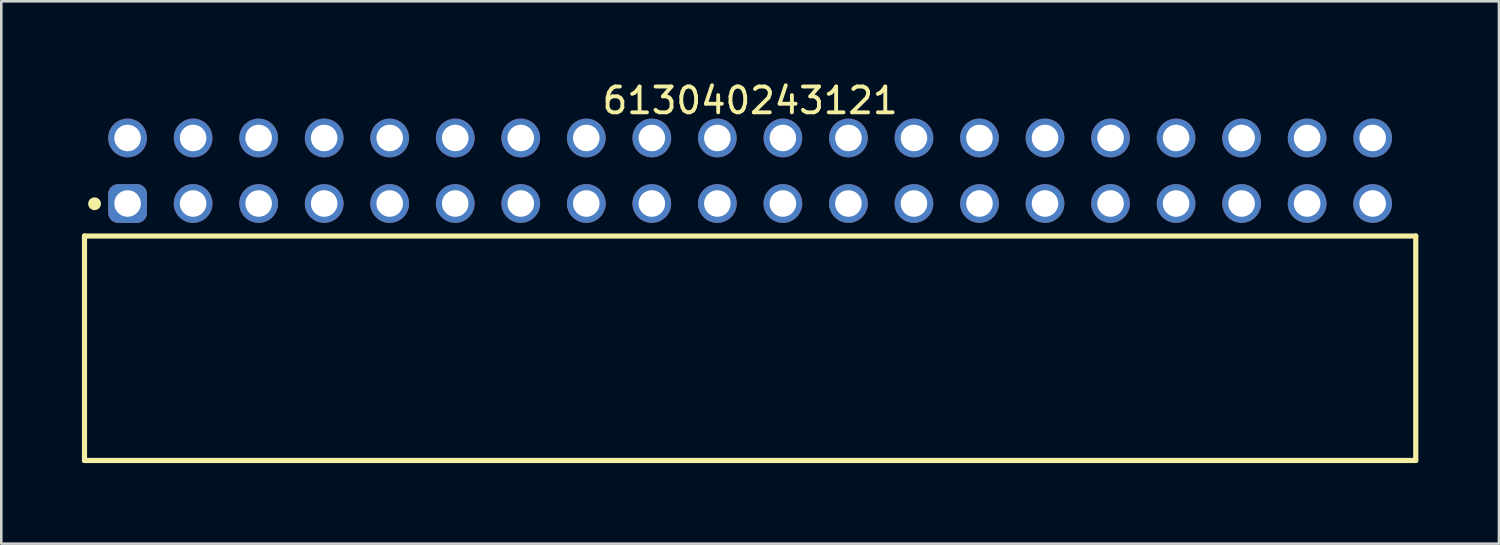
<source format=kicad_pcb>
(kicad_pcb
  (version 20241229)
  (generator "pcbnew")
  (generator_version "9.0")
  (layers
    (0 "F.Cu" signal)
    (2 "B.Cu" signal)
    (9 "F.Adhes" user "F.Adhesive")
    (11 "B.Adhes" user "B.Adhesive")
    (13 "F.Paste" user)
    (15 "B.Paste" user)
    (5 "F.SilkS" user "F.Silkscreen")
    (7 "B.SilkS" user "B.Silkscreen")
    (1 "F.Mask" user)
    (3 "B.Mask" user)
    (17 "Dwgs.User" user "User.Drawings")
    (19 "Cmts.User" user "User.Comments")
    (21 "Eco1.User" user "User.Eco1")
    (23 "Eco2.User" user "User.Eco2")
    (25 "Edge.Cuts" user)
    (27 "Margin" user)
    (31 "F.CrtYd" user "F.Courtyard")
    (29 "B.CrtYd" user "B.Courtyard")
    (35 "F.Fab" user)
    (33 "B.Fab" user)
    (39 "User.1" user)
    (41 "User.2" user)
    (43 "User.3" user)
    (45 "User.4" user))
  (footprint "613040243121"
    (layer "F.Cu")
    (at 26.025 10.448)
    (property "Reference" "613040243121" (at 0 -9.6 0) (layer "F.SilkS") (effects (font (size 1 1) (thickness 0.15))))
    (fp_line (start -25.8 -4.35) (end 25.8 -4.35) (stroke (width 0.2) (type solid)) (layer "F.SilkS"))
    (fp_line (start -25.8 4.35) (end -25.8 -4.35) (stroke (width 0.2) (type solid)) (layer "F.SilkS"))
    (fp_line (start -25.8 4.35) (end 25.8 4.35) (stroke (width 0.2) (type solid)) (layer "F.SilkS"))
    (fp_line (start 25.8 4.35) (end 25.8 -4.35) (stroke (width 0.2) (type solid)) (layer "F.SilkS"))
    (fp_circle (center -25.41 -5.6) (end -25.41 -5.725) (stroke (width 0.25) (type solid)) (fill no) (layer "F.SilkS"))
    (fp_line (start -26 -9.1) (end 26 -9.1) (stroke (width 0.05) (type solid)) (layer "Eco2.User"))
    (fp_line (start -26 4.55) (end -26 -9.1) (stroke (width 0.05) (type solid)) (layer "Eco2.User"))
    (fp_line (start -26 4.55) (end 26 4.55) (stroke (width 0.05) (type solid)) (layer "Eco2.User"))
    (fp_line (start -25.65 -4.25) (end 25.65 -4.25) (stroke (width 0.1) (type solid)) (layer "Eco2.User"))
    (fp_line (start -25.65 4.25) (end -25.65 -4.25) (stroke (width 0.1) (type solid)) (layer "Eco2.User"))
    (fp_line (start -25.65 4.25) (end 25.65 4.25) (stroke (width 0.1) (type solid)) (layer "Eco2.User"))
    (fp_line (start -24.5 -8.35) (end -23.76 -8.35) (stroke (width 0.1) (type solid)) (layer "Eco2.User"))
    (fp_line (start -24.5 -5.81) (end -23.76 -5.81) (stroke (width 0.1) (type solid)) (layer "Eco2.User"))
    (fp_line (start -24.5 -4.25) (end -24.5 -8.35) (stroke (width 0.1) (type solid)) (layer "Eco2.User"))
    (fp_line (start -23.76 -4.25) (end -23.76 -8.35) (stroke (width 0.1) (type solid)) (layer "Eco2.User"))
    (fp_line (start -21.96 -8.35) (end -21.22 -8.35) (stroke (width 0.1) (type solid)) (layer "Eco2.User"))
    (fp_line (start -21.96 -5.81) (end -21.22 -5.81) (stroke (width 0.1) (type solid)) (layer "Eco2.User"))
    (fp_line (start -21.96 -4.25) (end -21.96 -8.35) (stroke (width 0.1) (type solid)) (layer "Eco2.User"))
    (fp_line (start -21.22 -4.25) (end -21.22 -8.35) (stroke (width 0.1) (type solid)) (layer "Eco2.User"))
    (fp_line (start -19.42 -8.35) (end -18.68 -8.35) (stroke (width 0.1) (type solid)) (layer "Eco2.User"))
    (fp_line (start -19.42 -5.81) (end -18.68 -5.81) (stroke (width 0.1) (type solid)) (layer "Eco2.User"))
    (fp_line (start -19.42 -4.25) (end -19.42 -8.35) (stroke (width 0.1) (type solid)) (layer "Eco2.User"))
    (fp_line (start -18.68 -4.25) (end -18.68 -8.35) (stroke (width 0.1) (type solid)) (layer "Eco2.User"))
    (fp_line (start -16.88 -8.35) (end -16.14 -8.35) (stroke (width 0.1) (type solid)) (layer "Eco2.User"))
    (fp_line (start -16.88 -5.81) (end -16.14 -5.81) (stroke (width 0.1) (type solid)) (layer "Eco2.User"))
    (fp_line (start -16.88 -4.25) (end -16.88 -8.35) (stroke (width 0.1) (type solid)) (layer "Eco2.User"))
    (fp_line (start -16.14 -4.25) (end -16.14 -8.35) (stroke (width 0.1) (type solid)) (layer "Eco2.User"))
    (fp_line (start -14.34 -8.35) (end -13.6 -8.35) (stroke (width 0.1) (type solid)) (layer "Eco2.User"))
    (fp_line (start -14.34 -5.81) (end -13.6 -5.81) (stroke (width 0.1) (type solid)) (layer "Eco2.User"))
    (fp_line (start -14.34 -4.25) (end -14.34 -8.35) (stroke (width 0.1) (type solid)) (layer "Eco2.User"))
    (fp_line (start -13.6 -4.25) (end -13.6 -8.35) (stroke (width 0.1) (type solid)) (layer "Eco2.User"))
    (fp_line (start -11.8 -8.35) (end -11.06 -8.35) (stroke (width 0.1) (type solid)) (layer "Eco2.User"))
    (fp_line (start -11.8 -5.81) (end -11.06 -5.81) (stroke (width 0.1) (type solid)) (layer "Eco2.User"))
    (fp_line (start -11.8 -4.25) (end -11.8 -8.35) (stroke (width 0.1) (type solid)) (layer "Eco2.User"))
    (fp_line (start -11.06 -4.25) (end -11.06 -8.35) (stroke (width 0.1) (type solid)) (layer "Eco2.User"))
    (fp_line (start -9.26 -8.35) (end -8.52 -8.35) (stroke (width 0.1) (type solid)) (layer "Eco2.User"))
    (fp_line (start -9.26 -5.81) (end -8.52 -5.81) (stroke (width 0.1) (type solid)) (layer "Eco2.User"))
    (fp_line (start -9.26 -4.25) (end -9.26 -8.35) (stroke (width 0.1) (type solid)) (layer "Eco2.User"))
    (fp_line (start -8.52 -4.25) (end -8.52 -8.35) (stroke (width 0.1) (type solid)) (layer "Eco2.User"))
    (fp_line (start -6.72 -8.35) (end -5.98 -8.35) (stroke (width 0.1) (type solid)) (layer "Eco2.User"))
    (fp_line (start -6.72 -5.81) (end -5.98 -5.81) (stroke (width 0.1) (type solid)) (layer "Eco2.User"))
    (fp_line (start -6.72 -4.25) (end -6.72 -8.35) (stroke (width 0.1) (type solid)) (layer "Eco2.User"))
    (fp_line (start -5.98 -4.25) (end -5.98 -8.35) (stroke (width 0.1) (type solid)) (layer "Eco2.User"))
    (fp_line (start -4.18 -8.35) (end -3.44 -8.35) (stroke (width 0.1) (type solid)) (layer "Eco2.User"))
    (fp_line (start -4.18 -5.81) (end -3.44 -5.81) (stroke (width 0.1) (type solid)) (layer "Eco2.User"))
    (fp_line (start -4.18 -4.25) (end -4.18 -8.35) (stroke (width 0.1) (type solid)) (layer "Eco2.User"))
    (fp_line (start -3.44 -4.25) (end -3.44 -8.35) (stroke (width 0.1) (type solid)) (layer "Eco2.User"))
    (fp_line (start -1.64 -8.35) (end -0.9 -8.35) (stroke (width 0.1) (type solid)) (layer "Eco2.User"))
    (fp_line (start -1.64 -5.81) (end -0.9 -5.81) (stroke (width 0.1) (type solid)) (layer "Eco2.User"))
    (fp_line (start -1.64 -4.25) (end -1.64 -8.35) (stroke (width 0.1) (type solid)) (layer "Eco2.User"))
    (fp_line (start -0.9 -4.25) (end -0.9 -8.35) (stroke (width 0.1) (type solid)) (layer "Eco2.User"))
    (fp_line (start -0.5 0) (end 0.5 0) (stroke (width 0.05) (type solid)) (layer "Eco2.User"))
    (fp_line (start 0 0.5) (end 0 -0.5) (stroke (width 0.05) (type solid)) (layer "Eco2.User"))
    (fp_line (start 0.9 -8.35) (end 1.64 -8.35) (stroke (width 0.1) (type solid)) (layer "Eco2.User"))
    (fp_line (start 0.9 -5.81) (end 1.64 -5.81) (stroke (width 0.1) (type solid)) (layer "Eco2.User"))
    (fp_line (start 0.9 -4.25) (end 0.9 -8.35) (stroke (width 0.1) (type solid)) (layer "Eco2.User"))
    (fp_line (start 1.64 -4.25) (end 1.64 -8.35) (stroke (width 0.1) (type solid)) (layer "Eco2.User"))
    (fp_line (start 3.44 -8.35) (end 4.18 -8.35) (stroke (width 0.1) (type solid)) (layer "Eco2.User"))
    (fp_line (start 3.44 -5.81) (end 4.18 -5.81) (stroke (width 0.1) (type solid)) (layer "Eco2.User"))
    (fp_line (start 3.44 -4.25) (end 3.44 -8.35) (stroke (width 0.1) (type solid)) (layer "Eco2.User"))
    (fp_line (start 4.18 -4.25) (end 4.18 -8.35) (stroke (width 0.1) (type solid)) (layer "Eco2.User"))
    (fp_line (start 5.98 -8.35) (end 6.72 -8.35) (stroke (width 0.1) (type solid)) (layer "Eco2.User"))
    (fp_line (start 5.98 -5.81) (end 6.72 -5.81) (stroke (width 0.1) (type solid)) (layer "Eco2.User"))
    (fp_line (start 5.98 -4.25) (end 5.98 -8.35) (stroke (width 0.1) (type solid)) (layer "Eco2.User"))
    (fp_line (start 6.72 -4.25) (end 6.72 -8.35) (stroke (width 0.1) (type solid)) (layer "Eco2.User"))
    (fp_line (start 8.52 -8.35) (end 9.26 -8.35) (stroke (width 0.1) (type solid)) (layer "Eco2.User"))
    (fp_line (start 8.52 -5.81) (end 9.26 -5.81) (stroke (width 0.1) (type solid)) (layer "Eco2.User"))
    (fp_line (start 8.52 -4.25) (end 8.52 -8.35) (stroke (width 0.1) (type solid)) (layer "Eco2.User"))
    (fp_line (start 9.26 -4.25) (end 9.26 -8.35) (stroke (width 0.1) (type solid)) (layer "Eco2.User"))
    (fp_line (start 11.06 -8.35) (end 11.8 -8.35) (stroke (width 0.1) (type solid)) (layer "Eco2.User"))
    (fp_line (start 11.06 -5.81) (end 11.8 -5.81) (stroke (width 0.1) (type solid)) (layer "Eco2.User"))
    (fp_line (start 11.06 -4.25) (end 11.06 -8.35) (stroke (width 0.1) (type solid)) (layer "Eco2.User"))
    (fp_line (start 11.8 -4.25) (end 11.8 -8.35) (stroke (width 0.1) (type solid)) (layer "Eco2.User"))
    (fp_line (start 13.6 -8.35) (end 14.34 -8.35) (stroke (width 0.1) (type solid)) (layer "Eco2.User"))
    (fp_line (start 13.6 -5.81) (end 14.34 -5.81) (stroke (width 0.1) (type solid)) (layer "Eco2.User"))
    (fp_line (start 13.6 -4.25) (end 13.6 -8.35) (stroke (width 0.1) (type solid)) (layer "Eco2.User"))
    (fp_line (start 14.34 -4.25) (end 14.34 -8.35) (stroke (width 0.1) (type solid)) (layer "Eco2.User"))
    (fp_line (start 16.14 -8.35) (end 16.88 -8.35) (stroke (width 0.1) (type solid)) (layer "Eco2.User"))
    (fp_line (start 16.14 -5.81) (end 16.88 -5.81) (stroke (width 0.1) (type solid)) (layer "Eco2.User"))
    (fp_line (start 16.14 -4.25) (end 16.14 -8.35) (stroke (width 0.1) (type solid)) (layer "Eco2.User"))
    (fp_line (start 16.88 -4.25) (end 16.88 -8.35) (stroke (width 0.1) (type solid)) (layer "Eco2.User"))
    (fp_line (start 18.68 -8.35) (end 19.42 -8.35) (stroke (width 0.1) (type solid)) (layer "Eco2.User"))
    (fp_line (start 18.68 -5.81) (end 19.42 -5.81) (stroke (width 0.1) (type solid)) (layer "Eco2.User"))
    (fp_line (start 18.68 -4.25) (end 18.68 -8.35) (stroke (width 0.1) (type solid)) (layer "Eco2.User"))
    (fp_line (start 19.42 -4.25) (end 19.42 -8.35) (stroke (width 0.1) (type solid)) (layer "Eco2.User"))
    (fp_line (start 21.22 -8.35) (end 21.96 -8.35) (stroke (width 0.1) (type solid)) (layer "Eco2.User"))
    (fp_line (start 21.22 -5.81) (end 21.96 -5.81) (stroke (width 0.1) (type solid)) (layer "Eco2.User"))
    (fp_line (start 21.22 -4.25) (end 21.22 -8.35) (stroke (width 0.1) (type solid)) (layer "Eco2.User"))
    (fp_line (start 21.96 -4.25) (end 21.96 -8.35) (stroke (width 0.1) (type solid)) (layer "Eco2.User"))
    (fp_line (start 23.76 -8.35) (end 24.5 -8.35) (stroke (width 0.1) (type solid)) (layer "Eco2.User"))
    (fp_line (start 23.76 -5.81) (end 24.5 -5.81) (stroke (width 0.1) (type solid)) (layer "Eco2.User"))
    (fp_line (start 23.76 -4.25) (end 23.76 -8.35) (stroke (width 0.1) (type solid)) (layer "Eco2.User"))
    (fp_line (start 24.5 -4.25) (end 24.5 -8.35) (stroke (width 0.1) (type solid)) (layer "Eco2.User"))
    (fp_line (start 25.65 4.25) (end 25.65 -4.25) (stroke (width 0.1) (type solid)) (layer "Eco2.User"))
    (fp_line (start 26 4.55) (end 26 -9.1) (stroke (width 0.05) (type solid)) (layer "Eco2.User"))
    (fp_text user "${REFERENCE}" (at 0.15 -0.197 0) (unlocked yes) (layer "User.3") (effects (font (size 1.5 1.5) (thickness 0.15))))
    (pad "1" thru_hole roundrect (at -24.13 -5.61) (size 1.5 1.5) (drill 1.03) (layers "*.Cu" "*.Mask") (roundrect_rratio 0.25))
    (pad "2" thru_hole circle (at -24.13 -8.15) (size 1.5 1.5) (drill 1.03) (layers "*.Cu" "*.Mask"))
    (pad "3" thru_hole circle (at -21.59 -5.61) (size 1.5 1.5) (drill 1.03) (layers "*.Cu" "*.Mask"))
    (pad "4" thru_hole circle (at -21.59 -8.15) (size 1.5 1.5) (drill 1.03) (layers "*.Cu" "*.Mask"))
    (pad "5" thru_hole circle (at -19.05 -5.61) (size 1.5 1.5) (drill 1.03) (layers "*.Cu" "*.Mask"))
    (pad "6" thru_hole circle (at -19.05 -8.15) (size 1.5 1.5) (drill 1.03) (layers "*.Cu" "*.Mask"))
    (pad "7" thru_hole circle (at -16.51 -5.61) (size 1.5 1.5) (drill 1.03) (layers "*.Cu" "*.Mask"))
    (pad "8" thru_hole circle (at -16.51 -8.15) (size 1.5 1.5) (drill 1.03) (layers "*.Cu" "*.Mask"))
    (pad "9" thru_hole circle (at -13.97 -5.61) (size 1.5 1.5) (drill 1.03) (layers "*.Cu" "*.Mask"))
    (pad "10" thru_hole circle (at -13.97 -8.15) (size 1.5 1.5) (drill 1.03) (layers "*.Cu" "*.Mask"))
    (pad "11" thru_hole circle (at -11.43 -5.61) (size 1.5 1.5) (drill 1.03) (layers "*.Cu" "*.Mask"))
    (pad "12" thru_hole circle (at -11.43 -8.15) (size 1.5 1.5) (drill 1.03) (layers "*.Cu" "*.Mask"))
    (pad "13" thru_hole circle (at -8.89 -5.61) (size 1.5 1.5) (drill 1.03) (layers "*.Cu" "*.Mask"))
    (pad "14" thru_hole circle (at -8.89 -8.15) (size 1.5 1.5) (drill 1.03) (layers "*.Cu" "*.Mask"))
    (pad "15" thru_hole circle (at -6.35 -5.61) (size 1.5 1.5) (drill 1.03) (layers "*.Cu" "*.Mask"))
    (pad "16" thru_hole circle (at -6.35 -8.15) (size 1.5 1.5) (drill 1.03) (layers "*.Cu" "*.Mask"))
    (pad "17" thru_hole circle (at -3.81 -5.61) (size 1.5 1.5) (drill 1.03) (layers "*.Cu" "*.Mask"))
    (pad "18" thru_hole circle (at -3.81 -8.15) (size 1.5 1.5) (drill 1.03) (layers "*.Cu" "*.Mask"))
    (pad "19" thru_hole circle (at -1.27 -5.61) (size 1.5 1.5) (drill 1.03) (layers "*.Cu" "*.Mask"))
    (pad "20" thru_hole circle (at -1.27 -8.15) (size 1.5 1.5) (drill 1.03) (layers "*.Cu" "*.Mask"))
    (pad "21" thru_hole circle (at 1.27 -5.61) (size 1.5 1.5) (drill 1.03) (layers "*.Cu" "*.Mask"))
    (pad "22" thru_hole circle (at 1.27 -8.15) (size 1.5 1.5) (drill 1.03) (layers "*.Cu" "*.Mask"))
    (pad "23" thru_hole circle (at 3.81 -5.61) (size 1.5 1.5) (drill 1.03) (layers "*.Cu" "*.Mask"))
    (pad "24" thru_hole circle (at 3.81 -8.15) (size 1.5 1.5) (drill 1.03) (layers "*.Cu" "*.Mask"))
    (pad "25" thru_hole circle (at 6.35 -5.61) (size 1.5 1.5) (drill 1.03) (layers "*.Cu" "*.Mask"))
    (pad "26" thru_hole circle (at 6.35 -8.15) (size 1.5 1.5) (drill 1.03) (layers "*.Cu" "*.Mask"))
    (pad "27" thru_hole circle (at 8.89 -5.61) (size 1.5 1.5) (drill 1.03) (layers "*.Cu" "*.Mask"))
    (pad "28" thru_hole circle (at 8.89 -8.15) (size 1.5 1.5) (drill 1.03) (layers "*.Cu" "*.Mask"))
    (pad "29" thru_hole circle (at 11.43 -5.61) (size 1.5 1.5) (drill 1.03) (layers "*.Cu" "*.Mask"))
    (pad "30" thru_hole circle (at 11.43 -8.15) (size 1.5 1.5) (drill 1.03) (layers "*.Cu" "*.Mask"))
    (pad "31" thru_hole circle (at 13.97 -5.61) (size 1.5 1.5) (drill 1.03) (layers "*.Cu" "*.Mask"))
    (pad "32" thru_hole circle (at 13.97 -8.15) (size 1.5 1.5) (drill 1.03) (layers "*.Cu" "*.Mask"))
    (pad "33" thru_hole circle (at 16.51 -5.61) (size 1.5 1.5) (drill 1.03) (layers "*.Cu" "*.Mask"))
    (pad "34" thru_hole circle (at 16.51 -8.15) (size 1.5 1.5) (drill 1.03) (layers "*.Cu" "*.Mask"))
    (pad "35" thru_hole circle (at 19.05 -5.61) (size 1.5 1.5) (drill 1.03) (layers "*.Cu" "*.Mask"))
    (pad "36" thru_hole circle (at 19.05 -8.15) (size 1.5 1.5) (drill 1.03) (layers "*.Cu" "*.Mask"))
    (pad "37" thru_hole circle (at 21.59 -5.61) (size 1.5 1.5) (drill 1.03) (layers "*.Cu" "*.Mask"))
    (pad "38" thru_hole circle (at 21.59 -8.15) (size 1.5 1.5) (drill 1.03) (layers "*.Cu" "*.Mask"))
    (pad "39" thru_hole circle (at 24.13 -5.61) (size 1.5 1.5) (drill 1.03) (layers "*.Cu" "*.Mask"))
    (pad "40" thru_hole circle (at 24.13 -8.15) (size 1.5 1.5) (drill 1.03) (layers "*.Cu" "*.Mask")))
  (gr_rect
    (start -3 -3)
    (end 55.05 18.023)
    (stroke (width 0.1) (type default))
    (fill no)
    (layer "Edge.Cuts")))
</source>
